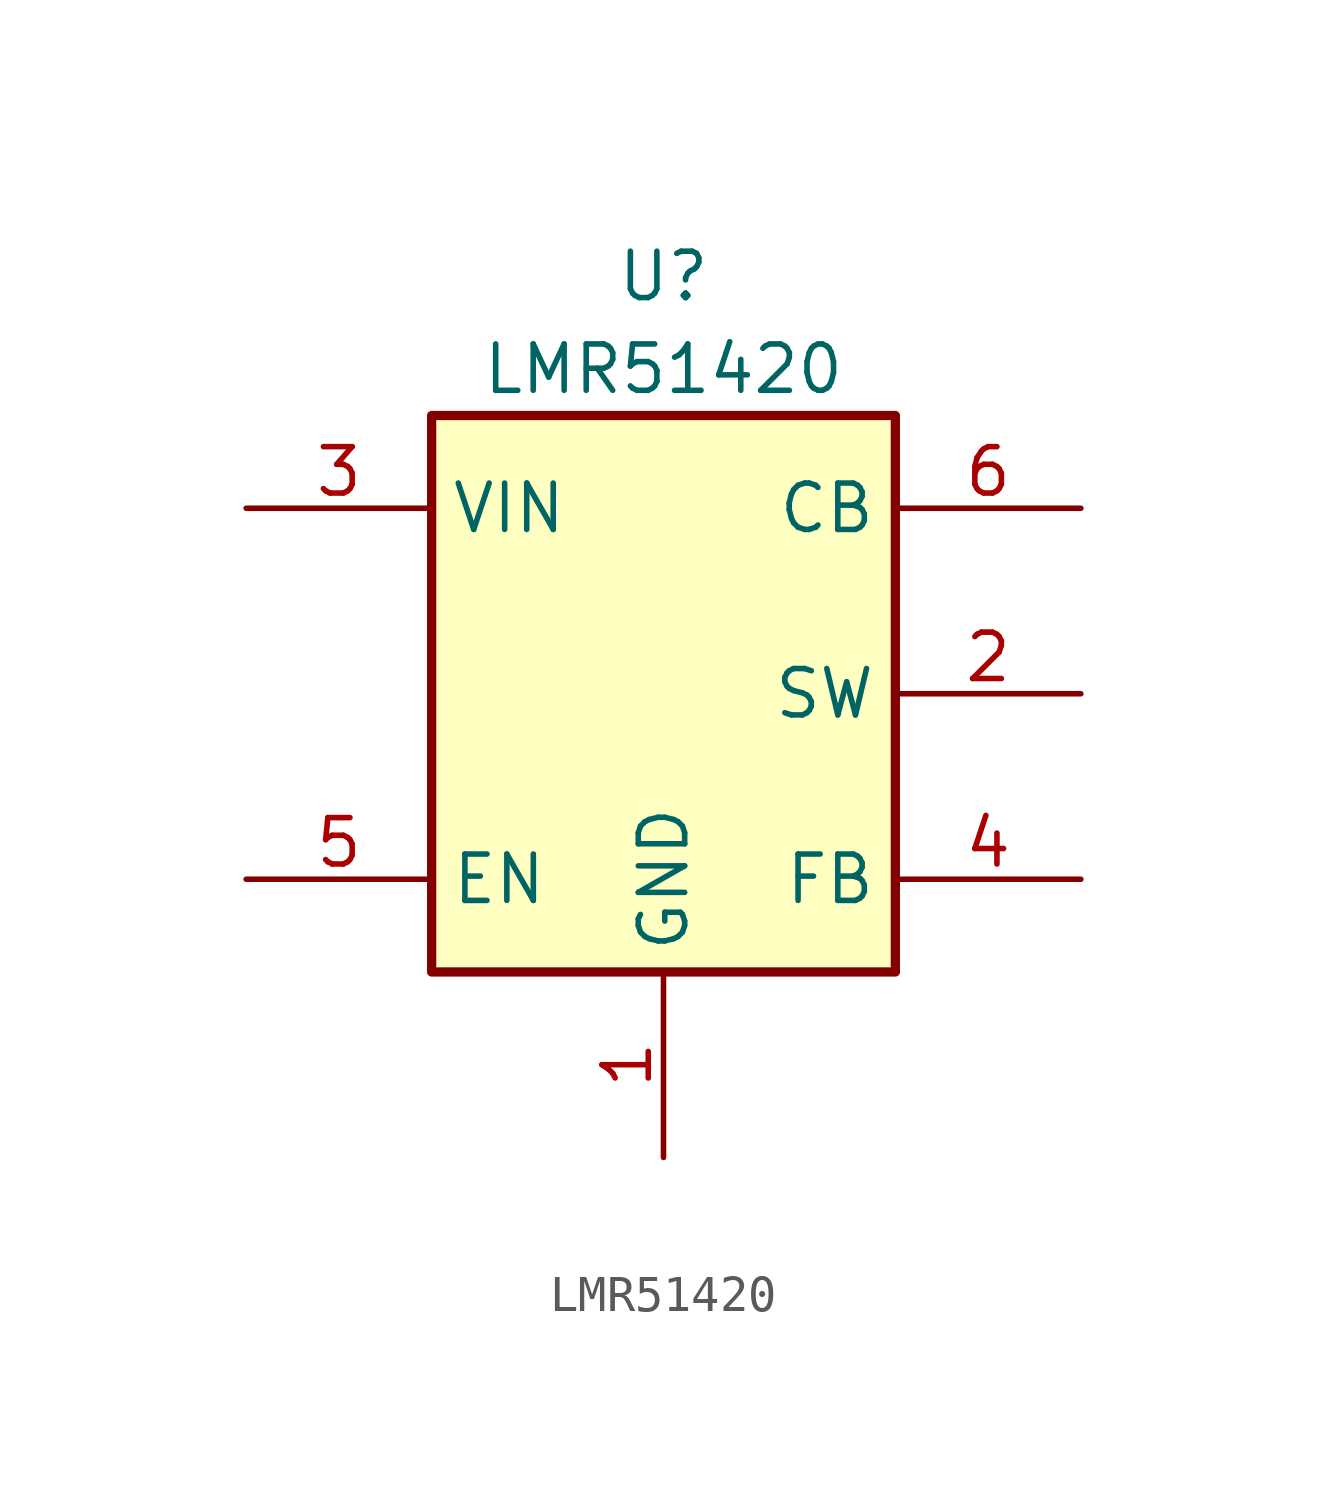
<source format=kicad_sym>
(kicad_symbol_lib
  (version 20220914)
  (generator kicad_symbol_editor)
  (symbol "LMR51420"
    (property "Reference" "U"
      (at 0 11.43 0)
      (effects (font (size 1.27 1.27))))
    (property "Value" "LMR51420"
      (at 0 8.89 0)
      (effects (font (size 1.27 1.27))))
    (symbol "LMR51420_0_1"
      (rectangle (start -6.35 7.62) (end 6.35 -7.62) (stroke (width 0.254) (type default)) (fill (type background))))
    (symbol "LMR51420_1_1"
      (pin power_in line (at 0 -12.7 90) (length 5.08) (name "GND" (effects (font (size 1.27 1.27)))) (number "1" (effects (font (size 1.27 1.27)))))
      (pin power_out line (at 11.43 0 180) (length 5.08) (name "SW" (effects (font (size 1.27 1.27)))) (number "2" (effects (font (size 1.27 1.27)))))
      (pin power_in line (at -11.43 5.08 0) (length 5.08) (name "VIN" (effects (font (size 1.27 1.27)))) (number "3" (effects (font (size 1.27 1.27)))))
      (pin input line (at 11.43 -5.08 180) (length 5.08) (name "FB" (effects (font (size 1.27 1.27)))) (number "4" (effects (font (size 1.27 1.27)))))
      (pin input line (at -11.43 -5.08 0) (length 5.08) (name "EN" (effects (font (size 1.27 1.27)))) (number "5" (effects (font (size 1.27 1.27)))))
      (pin input line (at 11.43 5.08 180) (length 5.08) (name "CB" (effects (font (size 1.27 1.27)))) (number "6" (effects (font (size 1.27 1.27))))))))
</source>
